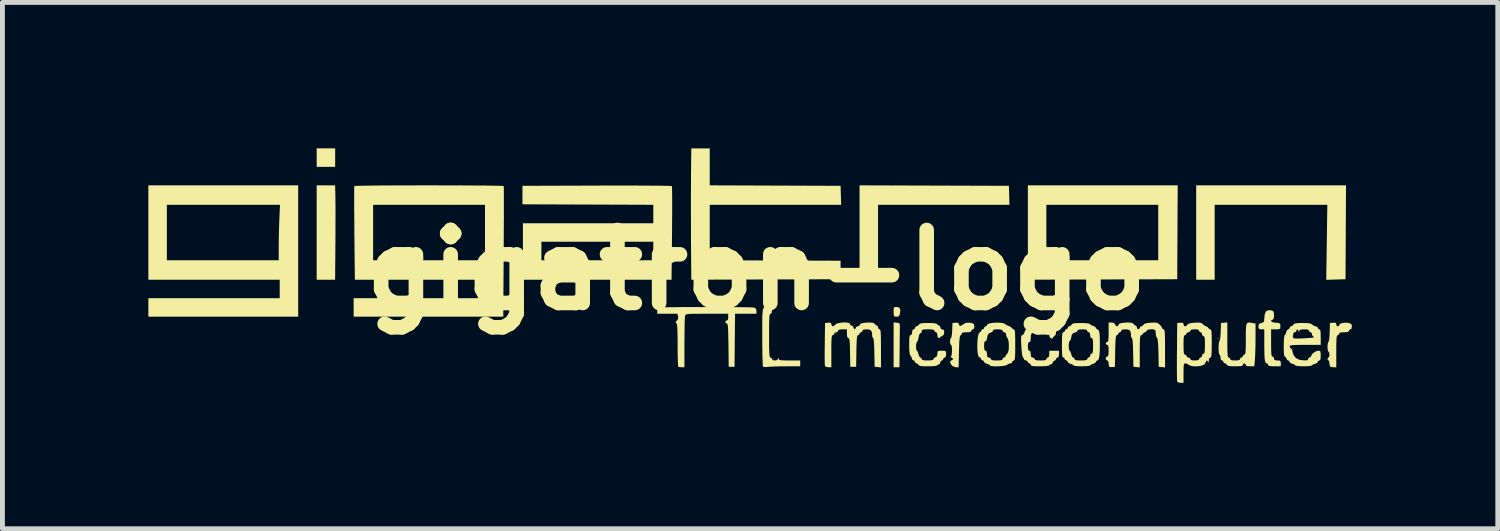
<source format=kicad_pcb>
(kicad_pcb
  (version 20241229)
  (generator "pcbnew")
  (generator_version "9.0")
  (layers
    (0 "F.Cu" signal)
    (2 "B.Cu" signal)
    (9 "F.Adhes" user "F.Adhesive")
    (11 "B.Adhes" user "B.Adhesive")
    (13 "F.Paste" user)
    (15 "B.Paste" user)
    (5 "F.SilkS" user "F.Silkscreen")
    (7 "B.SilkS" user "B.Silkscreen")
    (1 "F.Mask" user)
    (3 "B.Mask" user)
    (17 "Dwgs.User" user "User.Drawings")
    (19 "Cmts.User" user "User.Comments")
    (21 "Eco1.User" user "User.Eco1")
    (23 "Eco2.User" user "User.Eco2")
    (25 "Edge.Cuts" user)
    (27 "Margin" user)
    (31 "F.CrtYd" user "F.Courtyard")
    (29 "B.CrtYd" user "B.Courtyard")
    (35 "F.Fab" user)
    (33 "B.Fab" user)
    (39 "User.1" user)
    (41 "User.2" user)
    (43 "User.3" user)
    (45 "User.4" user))
  (footprint "gigatron-logo"
    (layer "F.Cu")
    (at 12.5 2.5)
    (property "Reference" "gigatron-logo" (at 0 0 0) (layer "F.SilkS") (effects (font (size 1.5 1.5) (thickness 0.3))))
    (attr board_only exclude_from_pos_files exclude_from_bom)
    (fp_poly (pts (xy 9.5 1.41) (xy 9.49 1.42) (xy 9.48 1.41) (xy 9.49 1.4)) (stroke (width 0) (type solid)) (fill yes) (layer "F.SilkS"))
    (fp_poly (pts (xy -8.66 -2.31) (xy -8.66 -2.12) (xy -8.85 -2.12) (xy -9.04 -2.12) (xy -9.04 -2.31) (xy -9.04 -2.5) (xy -8.85 -2.5) (xy -8.66 -2.5)) (stroke (width 0) (type solid)) (fill yes) (layer "F.SilkS"))
    (fp_poly (pts (xy 3.655 -1.735) (xy 5.19 -1.73) (xy 5.196 -1.535) (xy 5.201 -1.34) (xy 3.851 -1.34) (xy 2.5 -1.34) (xy 2.5 -0.57) (xy 2.5 0.2) (xy 2.31 0.2) (xy 2.12 0.2) (xy 2.12 -0.77) (xy 2.12 -1.74)) (stroke (width 0) (type solid)) (fill yes) (layer "F.SilkS"))
    (fp_poly (pts (xy 2.885 1.084) (xy 2.93 1.092) (xy 2.947 1.116) (xy 2.949 1.155) (xy 2.948 1.195) (xy 2.947 1.268) (xy 2.946 1.365) (xy 2.945 1.48) (xy 2.944 1.606) (xy 2.944 1.61) (xy 2.94 2) (xy 2.88 2) (xy 2.82 2) (xy 2.82 1.539) (xy 2.82 1.077)) (stroke (width 0) (type solid)) (fill yes) (layer "F.SilkS"))
    (fp_poly (pts (xy 2.931 0.77) (xy 2.955 0.802) (xy 2.956 0.862) (xy 2.951 0.89) (xy 2.938 0.938) (xy 2.914 0.957) (xy 2.879 0.96) (xy 2.844 0.958) (xy 2.827 0.944) (xy 2.821 0.909) (xy 2.82 0.86) (xy 2.821 0.801) (xy 2.829 0.771) (xy 2.85 0.761) (xy 2.881 0.76)) (stroke (width 0) (type solid)) (fill yes) (layer "F.SilkS"))
    (fp_poly (pts (xy -8.656 -1.545) (xy -8.655 -1.48) (xy -8.654 -1.381) (xy -8.653 -1.254) (xy -8.653 -1.104) (xy -8.654 -0.938) (xy -8.654 -0.762) (xy -8.655 -0.58) (xy -8.655 -0.575) (xy -8.661 0.2) (xy -8.85 0.2) (xy -9.04 0.2) (xy -9.04 -0.77) (xy -9.04 -1.74) (xy -8.851 -1.74) (xy -8.661 -1.74)) (stroke (width 0) (type solid)) (fill yes) (layer "F.SilkS"))
    (fp_poly (pts (xy 12.115 -0.775) (xy 12.11 0.19) (xy 11.912 0.196) (xy 11.714 0.202) (xy 11.725 -0.569) (xy 11.736 -1.34) (xy 10.578 -1.34) (xy 9.42 -1.34) (xy 9.42 -0.57) (xy 9.42 0.2) (xy 9.23 0.2) (xy 9.04 0.2) (xy 9.04 -0.77) (xy 9.04 -1.74) (xy 10.58 -1.74) (xy 12.12 -1.74)) (stroke (width 0) (type solid)) (fill yes) (layer "F.SilkS"))
    (fp_poly (pts (xy 8.655 -0.775) (xy 8.65 0.19) (xy 7.115 0.195) (xy 5.58 0.2) (xy 5.58 -0.77) (xy 5.58 -0.77) (xy 5.96 -0.77) (xy 5.96 -0.2) (xy 7.11 -0.2) (xy 8.26 -0.2) (xy 8.26 -0.77) (xy 8.26 -1.34) (xy 7.11 -1.34) (xy 5.96 -1.34) (xy 5.96 -0.77) (xy 5.58 -0.77) (xy 5.58 -1.74) (xy 7.12 -1.74) (xy 8.66 -1.74)) (stroke (width 0) (type solid)) (fill yes) (layer "F.SilkS"))
    (fp_poly (pts (xy -0.96 -2.12) (xy -0.96 -1.74) (xy 0.385 -1.735) (xy 1.73 -1.73) (xy 1.736 -1.535) (xy 1.741 -1.34) (xy 0.391 -1.34) (xy -0.96 -1.34) (xy -0.96 -0.77) (xy -0.96 -0.2) (xy 0.385 -0.195) (xy 1.73 -0.19) (xy 1.73 0) (xy 1.73 0.19) (xy 0.195 0.195) (xy -1.339 0.2) (xy -1.345 -0.585) (xy -1.346 -0.789) (xy -1.346 -1.008) (xy -1.347 -1.231) (xy -1.347 -1.449) (xy -1.346 -1.653) (xy -1.345 -1.832) (xy -1.345 -1.935) (xy -1.339 -2.5) (xy -1.15 -2.5) (xy -0.96 -2.5)) (stroke (width 0) (type solid)) (fill yes) (layer "F.SilkS"))
    (fp_poly (pts (xy -9.42 -0.39) (xy -9.42 0.96) (xy -10.96 0.96) (xy -12.5 0.96) (xy -12.5 0.77) (xy -12.5 0.58) (xy -11.15 0.58) (xy -9.8 0.58) (xy -9.8 0.39) (xy -9.8 0.2) (xy -11.15 0.2) (xy -12.5 0.2) (xy -12.5 -0.77) (xy -12.12 -0.77) (xy -12.12 -0.2) (xy -10.97 -0.2) (xy -9.82 -0.2) (xy -9.82 -0.485) (xy -9.819 -0.623) (xy -9.816 -0.78) (xy -9.811 -0.936) (xy -9.807 -1.055) (xy -9.794 -1.34) (xy -10.957 -1.34) (xy -12.12 -1.34) (xy -12.12 -0.77) (xy -12.5 -0.77) (xy -12.5 -1.74) (xy -10.96 -1.74) (xy -9.42 -1.74)) (stroke (width 0) (type solid)) (fill yes) (layer "F.SilkS"))
    (fp_poly (pts (xy -2.588 -1.736) (xy -2.388 -1.735) (xy -2.21 -1.734) (xy -2.055 -1.733) (xy -1.928 -1.732) (xy -1.831 -1.73) (xy -1.767 -1.728) (xy -1.739 -1.725) (xy -1.739 -1.725) (xy -1.736 -1.703) (xy -1.734 -1.644) (xy -1.733 -1.554) (xy -1.732 -1.435) (xy -1.732 -1.292) (xy -1.732 -1.129) (xy -1.734 -0.95) (xy -1.735 -0.758) (xy -1.735 -0.755) (xy -1.745 0.2) (xy -3.273 0.2) (xy -4.8 0.2) (xy -4.8 -0.38) (xy -4.8 -0.39) (xy -4.42 -0.39) (xy -4.42 -0.2) (xy -3.27 -0.2) (xy -2.12 -0.2) (xy -2.12 -0.39) (xy -2.12 -0.58) (xy -3.27 -0.58) (xy -4.42 -0.58) (xy -4.42 -0.39) (xy -4.8 -0.39) (xy -4.8 -0.96) (xy -3.46 -0.96) (xy -2.12 -0.96) (xy -2.12 -1.15) (xy -2.12 -1.34) (xy -3.465 -1.345) (xy -4.81 -1.35) (xy -4.81 -1.54) (xy -4.81 -1.73) (xy -3.281 -1.735) (xy -3.037 -1.736) (xy -2.805 -1.736)) (stroke (width 0) (type solid)) (fill yes) (layer "F.SilkS"))
    (fp_poly (pts (xy 4.435 1.093) (xy 4.47 1.114) (xy 4.48 1.16) (xy 4.48 1.162) (xy 4.471 1.208) (xy 4.45 1.22) (xy 4.423 1.236) (xy 4.42 1.25) (xy 4.409 1.269) (xy 4.372 1.278) (xy 4.32 1.28) (xy 4.256 1.284) (xy 4.225 1.295) (xy 4.22 1.308) (xy 4.205 1.339) (xy 4.195 1.345) (xy 4.185 1.361) (xy 4.177 1.403) (xy 4.17 1.475) (xy 4.166 1.581) (xy 4.164 1.677) (xy 4.157 2) (xy 4.103 2) (xy 4.049 1.985) (xy 4.014 1.96) (xy 3.986 1.914) (xy 3.983 1.877) (xy 4.005 1.86) (xy 4.01 1.86) (xy 4.035 1.847) (xy 4.038 1.822) (xy 4.018 1.801) (xy 4.005 1.798) (xy 3.986 1.793) (xy 3.995 1.787) (xy 4.008 1.764) (xy 4.017 1.717) (xy 4.02 1.658) (xy 4.019 1.6) (xy 4.012 1.556) (xy 4 1.54) (xy 3.987 1.522) (xy 3.98 1.479) (xy 3.98 1.47) (xy 3.985 1.424) (xy 3.997 1.401) (xy 3.999 1.4) (xy 4.009 1.382) (xy 4.017 1.333) (xy 4.023 1.263) (xy 4.024 1.245) (xy 4.03 1.09) (xy 4.095 1.084) (xy 4.143 1.085) (xy 4.16 1.103) (xy 4.16 1.108) (xy 4.172 1.144) (xy 4.203 1.149) (xy 4.242 1.123) (xy 4.242 1.122) (xy 4.301 1.087) (xy 4.383 1.083)) (stroke (width 0) (type solid)) (fill yes) (layer "F.SilkS"))
    (fp_poly (pts (xy 12.169 1.088) (xy 12.178 1.09) (xy 12.222 1.106) (xy 12.239 1.136) (xy 12.24 1.162) (xy 12.231 1.208) (xy 12.21 1.22) (xy 12.183 1.236) (xy 12.18 1.25) (xy 12.169 1.269) (xy 12.132 1.278) (xy 12.08 1.28) (xy 12.017 1.283) (xy 11.986 1.294) (xy 11.98 1.31) (xy 11.964 1.337) (xy 11.95 1.34) (xy 11.939 1.345) (xy 11.931 1.364) (xy 11.925 1.403) (xy 11.922 1.466) (xy 11.92 1.56) (xy 11.92 1.67) (xy 11.92 2) (xy 11.863 2) (xy 11.818 1.996) (xy 11.793 1.987) (xy 11.784 1.959) (xy 11.78 1.917) (xy 11.774 1.876) (xy 11.76 1.86) (xy 11.742 1.844) (xy 11.74 1.83) (xy 11.751 1.803) (xy 11.76 1.8) (xy 11.774 1.783) (xy 11.78 1.741) (xy 11.78 1.74) (xy 11.774 1.698) (xy 11.76 1.68) (xy 11.76 1.68) (xy 11.749 1.662) (xy 11.741 1.616) (xy 11.74 1.58) (xy 11.743 1.523) (xy 11.752 1.487) (xy 11.759 1.48) (xy 11.768 1.461) (xy 11.776 1.411) (xy 11.782 1.338) (xy 11.784 1.285) (xy 11.79 1.09) (xy 11.855 1.084) (xy 11.9 1.084) (xy 11.918 1.099) (xy 11.92 1.119) (xy 11.932 1.152) (xy 11.95 1.16) (xy 11.977 1.144) (xy 11.98 1.131) (xy 11.998 1.107) (xy 12.043 1.091) (xy 12.105 1.083)) (stroke (width 0) (type solid)) (fill yes) (layer "F.SilkS"))
    (fp_poly (pts (xy -6.447 -1.739) (xy -6.239 -1.739) (xy -6.039 -1.738) (xy -5.851 -1.737) (xy -5.68 -1.736) (xy -5.529 -1.735) (xy -5.401 -1.733) (xy -5.301 -1.731) (xy -5.232 -1.729) (xy -5.198 -1.726) (xy -5.195 -1.725) (xy -5.194 -1.703) (xy -5.193 -1.644) (xy -5.192 -1.552) (xy -5.192 -1.43) (xy -5.192 -1.281) (xy -5.192 -1.109) (xy -5.193 -0.917) (xy -5.194 -0.708) (xy -5.195 -0.486) (xy -5.196 -0.375) (xy -5.204 0.96) (xy -6.742 0.96) (xy -8.28 0.96) (xy -8.28 0.77) (xy -8.28 0.58) (xy -6.93 0.58) (xy -5.58 0.58) (xy -5.58 0.39) (xy -5.58 0.2) (xy -6.917 0.2) (xy -8.255 0.2) (xy -8.265 -0.755) (xy -8.265 -0.77) (xy -7.88 -0.77) (xy -7.88 -0.2) (xy -6.73 -0.2) (xy -5.58 -0.2) (xy -5.58 -0.77) (xy -5.58 -1.34) (xy -6.73 -1.34) (xy -7.88 -1.34) (xy -7.88 -0.77) (xy -8.265 -0.77) (xy -8.266 -0.947) (xy -8.268 -1.126) (xy -8.269 -1.29) (xy -8.269 -1.433) (xy -8.269 -1.552) (xy -8.269 -1.643) (xy -8.268 -1.702) (xy -8.266 -1.725) (xy -8.266 -1.725) (xy -8.245 -1.728) (xy -8.188 -1.73) (xy -8.098 -1.732) (xy -7.98 -1.734) (xy -7.837 -1.736) (xy -7.672 -1.737) (xy -7.49 -1.738) (xy -7.294 -1.739) (xy -7.088 -1.739) (xy -6.876 -1.74) (xy -6.661 -1.74)) (stroke (width 0) (type solid)) (fill yes) (layer "F.SilkS"))
    (fp_poly (pts (xy 0.209 0.761) (xy 0.244 0.767) (xy 0.25 0.769) (xy 0.298 0.782) (xy 0.317 0.806) (xy 0.32 0.841) (xy 0.311 0.888) (xy 0.29 0.9) (xy 0.28 0.905) (xy 0.273 0.922) (xy 0.267 0.956) (xy 0.264 1.012) (xy 0.261 1.094) (xy 0.26 1.207) (xy 0.26 1.35) (xy 0.26 1.497) (xy 0.261 1.609) (xy 0.264 1.69) (xy 0.267 1.746) (xy 0.273 1.779) (xy 0.28 1.796) (xy 0.29 1.8) (xy 0.317 1.816) (xy 0.32 1.83) (xy 0.336 1.853) (xy 0.372 1.861) (xy 0.413 1.855) (xy 0.442 1.834) (xy 0.446 1.825) (xy 0.454 1.8) (xy 0.457 1.815) (xy 0.458 1.825) (xy 0.463 1.84) (xy 0.48 1.851) (xy 0.516 1.856) (xy 0.579 1.859) (xy 0.674 1.86) (xy 0.68 1.86) (xy 0.9 1.86) (xy 0.9 1.92) (xy 0.9 1.98) (xy 0.613 1.98) (xy 0.501 1.981) (xy 0.396 1.983) (xy 0.308 1.987) (xy 0.248 1.991) (xy 0.238 1.992) (xy 0.181 1.996) (xy 0.142 1.992) (xy 0.135 1.989) (xy 0.131 1.965) (xy 0.128 1.907) (xy 0.125 1.819) (xy 0.122 1.707) (xy 0.121 1.574) (xy 0.12 1.427) (xy 0.12 1.376) (xy 0.12 1.2) (xy 0.12 1.061) (xy 0.122 0.953) (xy 0.126 0.874) (xy 0.133 0.819) (xy 0.144 0.784) (xy 0.16 0.765) (xy 0.181 0.759)) (stroke (width 0) (type solid)) (fill yes) (layer "F.SilkS"))
    (fp_poly (pts (xy 10.587 0.831) (xy 10.594 0.833) (xy 10.623 0.846) (xy 10.637 0.875) (xy 10.64 0.932) (xy 10.64 0.932) (xy 10.636 0.991) (xy 10.622 1.017) (xy 10.61 1.02) (xy 10.583 1.035) (xy 10.58 1.049) (xy 10.595 1.069) (xy 10.644 1.081) (xy 10.675 1.084) (xy 10.732 1.089) (xy 10.76 1.101) (xy 10.77 1.126) (xy 10.771 1.155) (xy 10.769 1.194) (xy 10.756 1.213) (xy 10.722 1.219) (xy 10.676 1.22) (xy 10.58 1.22) (xy 10.58 1.5) (xy 10.581 1.613) (xy 10.583 1.692) (xy 10.587 1.742) (xy 10.595 1.769) (xy 10.605 1.779) (xy 10.61 1.78) (xy 10.634 1.797) (xy 10.64 1.82) (xy 10.648 1.848) (xy 10.678 1.859) (xy 10.71 1.86) (xy 10.757 1.863) (xy 10.776 1.88) (xy 10.78 1.92) (xy 10.78 1.98) (xy 10.65 1.98) (xy 10.577 1.978) (xy 10.537 1.971) (xy 10.521 1.957) (xy 10.52 1.95) (xy 10.505 1.923) (xy 10.492 1.92) (xy 10.474 1.914) (xy 10.461 1.893) (xy 10.451 1.853) (xy 10.445 1.788) (xy 10.442 1.694) (xy 10.44 1.566) (xy 10.44 1.525) (xy 10.44 1.22) (xy 10.38 1.22) (xy 10.337 1.215) (xy 10.322 1.192) (xy 10.32 1.162) (xy 10.327 1.118) (xy 10.356 1.096) (xy 10.38 1.09) (xy 10.42 1.076) (xy 10.437 1.05) (xy 10.44 1.003) (xy 10.449 0.911) (xy 10.474 0.853) (xy 10.52 0.827)) (stroke (width 0) (type solid)) (fill yes) (layer "F.SilkS"))
    (fp_poly (pts (xy -0.872 0.762) (xy -0.703 0.762) (xy -0.543 0.763) (xy -0.397 0.764) (xy -0.27 0.766) (xy -0.166 0.767) (xy -0.092 0.77) (xy -0.051 0.772) (xy -0.046 0.773) (xy -0.011 0.793) (xy -0.000043 0.838) (xy 0 0.842) (xy 0 0.9) (xy -0.22 0.9) (xy -0.439 0.9) (xy -0.445 1.445) (xy -0.45 1.99) (xy -0.51 1.99) (xy -0.57 1.99) (xy -0.575 1.545) (xy -0.578 1.398) (xy -0.58 1.287) (xy -0.583 1.206) (xy -0.588 1.152) (xy -0.594 1.119) (xy -0.602 1.103) (xy -0.61 1.1) (xy -0.637 1.084) (xy -0.64 1.07) (xy -0.624 1.043) (xy -0.61 1.04) (xy -0.588 1.025) (xy -0.58 0.976) (xy -0.58 0.97) (xy -0.58 0.9) (xy -1.018 0.9) (xy -1.161 0.9) (xy -1.269 0.901) (xy -1.347 0.902) (xy -1.4 0.905) (xy -1.434 0.911) (xy -1.453 0.918) (xy -1.462 0.929) (xy -1.467 0.944) (xy -1.467 0.945) (xy -1.471 0.977) (xy -1.474 1.043) (xy -1.476 1.137) (xy -1.478 1.253) (xy -1.479 1.385) (xy -1.48 1.495) (xy -1.48 2) (xy -1.537 2) (xy -1.582 1.996) (xy -1.607 1.987) (xy -1.611 1.964) (xy -1.614 1.906) (xy -1.617 1.821) (xy -1.619 1.714) (xy -1.62 1.591) (xy -1.62 1.537) (xy -1.621 1.381) (xy -1.624 1.258) (xy -1.628 1.169) (xy -1.634 1.115) (xy -1.64 1.1) (xy -1.659 1.087) (xy -1.653 1.059) (xy -1.629 1.031) (xy -1.607 0.997) (xy -1.611 0.954) (xy -1.624 0.9) (xy -1.832 0.9) (xy -2.04 0.9) (xy -2.04 0.842) (xy -2.031 0.796) (xy -1.998 0.774) (xy -1.994 0.773) (xy -1.964 0.77) (xy -1.899 0.768) (xy -1.804 0.766) (xy -1.683 0.765) (xy -1.542 0.763) (xy -1.386 0.762) (xy -1.218 0.762) (xy -1.046 0.762)) (stroke (width 0) (type solid)) (fill yes) (layer "F.SilkS"))
    (fp_poly (pts (xy 9.68 1.439) (xy 9.68 1.569) (xy 9.682 1.665) (xy 9.685 1.73) (xy 9.69 1.771) (xy 9.698 1.793) (xy 9.708 1.8) (xy 9.71 1.8) (xy 9.737 1.816) (xy 9.74 1.83) (xy 9.751 1.849) (xy 9.788 1.858) (xy 9.84 1.86) (xy 9.903 1.857) (xy 9.934 1.846) (xy 9.94 1.83) (xy 9.956 1.803) (xy 9.97 1.8) (xy 9.997 1.784) (xy 10 1.77) (xy 10.016 1.743) (xy 10.03 1.74) (xy 10.041 1.735) (xy 10.05 1.715) (xy 10.055 1.676) (xy 10.058 1.612) (xy 10.06 1.518) (xy 10.06 1.419) (xy 10.06 1.293) (xy 10.063 1.201) (xy 10.069 1.139) (xy 10.081 1.101) (xy 10.102 1.083) (xy 10.132 1.08) (xy 10.175 1.086) (xy 10.19 1.089) (xy 10.26 1.102) (xy 10.26 1.406) (xy 10.259 1.526) (xy 10.256 1.643) (xy 10.253 1.748) (xy 10.248 1.828) (xy 10.247 1.845) (xy 10.234 1.98) (xy 10.147 1.98) (xy 10.089 1.976) (xy 10.063 1.962) (xy 10.06 1.95) (xy 10.044 1.923) (xy 10.03 1.92) (xy 10.003 1.936) (xy 10 1.95) (xy 9.992 1.965) (xy 9.965 1.975) (xy 9.91 1.979) (xy 9.842 1.98) (xy 9.758 1.978) (xy 9.706 1.972) (xy 9.679 1.959) (xy 9.673 1.95) (xy 9.646 1.923) (xy 9.631 1.92) (xy 9.604 1.904) (xy 9.6 1.89) (xy 9.584 1.863) (xy 9.57 1.86) (xy 9.546 1.842) (xy 9.54 1.8) (xy 9.534 1.758) (xy 9.52 1.74) (xy 9.52 1.74) (xy 9.51 1.722) (xy 9.503 1.672) (xy 9.5 1.6) (xy 9.5 1.6) (xy 9.503 1.531) (xy 9.509 1.481) (xy 9.518 1.46) (xy 9.519 1.46) (xy 9.528 1.441) (xy 9.536 1.392) (xy 9.542 1.32) (xy 9.544 1.275) (xy 9.55 1.09) (xy 9.615 1.084) (xy 9.68 1.077)) (stroke (width 0) (type solid)) (fill yes) (layer "F.SilkS"))
    (fp_poly (pts (xy 1.882 1.084) (xy 1.915 1.098) (xy 1.92 1.108) (xy 1.936 1.136) (xy 1.952 1.14) (xy 1.982 1.157) (xy 1.994 1.18) (xy 2.011 1.213) (xy 2.03 1.218) (xy 2.04 1.191) (xy 2.04 1.19) (xy 2.057 1.166) (xy 2.08 1.16) (xy 2.112 1.148) (xy 2.12 1.132) (xy 2.137 1.106) (xy 2.19 1.089) (xy 2.279 1.081) (xy 2.316 1.08) (xy 2.386 1.084) (xy 2.424 1.098) (xy 2.433 1.11) (xy 2.458 1.137) (xy 2.472 1.14) (xy 2.495 1.157) (xy 2.5 1.18) (xy 2.513 1.213) (xy 2.53 1.22) (xy 2.54 1.225) (xy 2.548 1.243) (xy 2.554 1.279) (xy 2.557 1.338) (xy 2.559 1.425) (xy 2.56 1.545) (xy 2.56 1.611) (xy 2.56 2.003) (xy 2.495 1.996) (xy 2.43 1.99) (xy 2.424 1.695) (xy 2.421 1.582) (xy 2.416 1.492) (xy 2.409 1.43) (xy 2.402 1.401) (xy 2.399 1.4) (xy 2.384 1.383) (xy 2.38 1.355) (xy 2.374 1.282) (xy 2.354 1.241) (xy 2.313 1.223) (xy 2.268 1.22) (xy 2.209 1.224) (xy 2.183 1.238) (xy 2.18 1.25) (xy 2.164 1.277) (xy 2.15 1.28) (xy 2.123 1.296) (xy 2.12 1.31) (xy 2.104 1.337) (xy 2.09 1.34) (xy 2.079 1.346) (xy 2.071 1.367) (xy 2.065 1.409) (xy 2.06 1.476) (xy 2.057 1.575) (xy 2.055 1.665) (xy 2.05 1.99) (xy 1.99 1.99) (xy 1.93 1.99) (xy 1.924 1.695) (xy 1.922 1.578) (xy 1.918 1.496) (xy 1.913 1.442) (xy 1.905 1.412) (xy 1.894 1.401) (xy 1.889 1.4) (xy 1.87 1.388) (xy 1.861 1.346) (xy 1.86 1.31) (xy 1.86 1.22) (xy 1.77 1.22) (xy 1.711 1.224) (xy 1.684 1.237) (xy 1.68 1.25) (xy 1.663 1.274) (xy 1.64 1.28) (xy 1.607 1.293) (xy 1.6 1.31) (xy 1.584 1.337) (xy 1.57 1.34) (xy 1.559 1.345) (xy 1.551 1.364) (xy 1.545 1.403) (xy 1.542 1.466) (xy 1.54 1.56) (xy 1.54 1.67) (xy 1.54 2) (xy 1.479 2) (xy 1.434 1.992) (xy 1.409 1.975) (xy 1.406 1.948) (xy 1.404 1.887) (xy 1.403 1.799) (xy 1.403 1.69) (xy 1.404 1.565) (xy 1.405 1.52) (xy 1.41 1.09) (xy 1.475 1.084) (xy 1.52 1.084) (xy 1.538 1.099) (xy 1.54 1.119) (xy 1.553 1.152) (xy 1.581 1.158) (xy 1.612 1.134) (xy 1.617 1.126) (xy 1.646 1.105) (xy 1.698 1.09) (xy 1.762 1.081) (xy 1.827 1.079)) (stroke (width 0) (type solid)) (fill yes) (layer "F.SilkS"))
    (fp_poly (pts (xy 5.018 1.085) (xy 5.078 1.095) (xy 5.114 1.112) (xy 5.118 1.116) (xy 5.145 1.136) (xy 5.184 1.15) (xy 5.227 1.17) (xy 5.248 1.192) (xy 5.275 1.217) (xy 5.289 1.22) (xy 5.301 1.225) (xy 5.309 1.243) (xy 5.315 1.281) (xy 5.318 1.343) (xy 5.32 1.435) (xy 5.32 1.54) (xy 5.32 1.662) (xy 5.318 1.749) (xy 5.314 1.807) (xy 5.308 1.841) (xy 5.299 1.857) (xy 5.29 1.86) (xy 5.263 1.876) (xy 5.26 1.89) (xy 5.243 1.915) (xy 5.221 1.92) (xy 5.176 1.934) (xy 5.153 1.95) (xy 5.122 1.963) (xy 5.067 1.973) (xy 4.998 1.979) (xy 4.926 1.981) (xy 4.862 1.979) (xy 4.816 1.973) (xy 4.8 1.962) (xy 4.783 1.945) (xy 4.741 1.93) (xy 4.74 1.93) (xy 4.698 1.913) (xy 4.68 1.889) (xy 4.68 1.888) (xy 4.664 1.863) (xy 4.65 1.86) (xy 4.623 1.844) (xy 4.62 1.83) (xy 4.605 1.803) (xy 4.593 1.8) (xy 4.568 1.781) (xy 4.551 1.726) (xy 4.542 1.638) (xy 4.54 1.57) (xy 4.54 1.56) (xy 4.68 1.56) (xy 4.683 1.623) (xy 4.694 1.654) (xy 4.71 1.66) (xy 4.732 1.675) (xy 4.74 1.724) (xy 4.74 1.73) (xy 4.744 1.778) (xy 4.762 1.798) (xy 4.78 1.8) (xy 4.813 1.813) (xy 4.82 1.83) (xy 4.829 1.847) (xy 4.862 1.857) (xy 4.926 1.86) (xy 4.94 1.86) (xy 5.01 1.858) (xy 5.047 1.85) (xy 5.06 1.834) (xy 5.06 1.83) (xy 5.076 1.803) (xy 5.09 1.8) (xy 5.117 1.784) (xy 5.12 1.771) (xy 5.136 1.738) (xy 5.153 1.724) (xy 5.173 1.693) (xy 5.186 1.635) (xy 5.19 1.563) (xy 5.186 1.49) (xy 5.174 1.429) (xy 5.156 1.393) (xy 5.134 1.355) (xy 5.133 1.328) (xy 5.128 1.299) (xy 5.103 1.286) (xy 5.069 1.267) (xy 5.06 1.248) (xy 5.046 1.23) (xy 5.002 1.221) (xy 4.96 1.22) (xy 4.897 1.223) (xy 4.866 1.234) (xy 4.86 1.25) (xy 4.845 1.277) (xy 4.831 1.28) (xy 4.786 1.298) (xy 4.753 1.343) (xy 4.74 1.401) (xy 4.731 1.448) (xy 4.71 1.46) (xy 4.691 1.471) (xy 4.682 1.508) (xy 4.68 1.56) (xy 4.54 1.56) (xy 4.543 1.461) (xy 4.553 1.373) (xy 4.568 1.311) (xy 4.587 1.282) (xy 4.593 1.28) (xy 4.617 1.264) (xy 4.62 1.25) (xy 4.636 1.223) (xy 4.65 1.22) (xy 4.677 1.204) (xy 4.68 1.19) (xy 4.696 1.163) (xy 4.71 1.16) (xy 4.737 1.145) (xy 4.74 1.131) (xy 4.758 1.111) (xy 4.805 1.095) (xy 4.872 1.086) (xy 4.946 1.082)) (stroke (width 0) (type solid)) (fill yes) (layer "F.SilkS"))
    (fp_poly (pts (xy 5.918 1.084) (xy 5.978 1.094) (xy 6.014 1.11) (xy 6.017 1.114) (xy 6.046 1.137) (xy 6.065 1.146) (xy 6.095 1.171) (xy 6.1 1.189) (xy 6.116 1.216) (xy 6.13 1.22) (xy 6.154 1.238) (xy 6.16 1.281) (xy 6.151 1.33) (xy 6.13 1.353) (xy 6.103 1.377) (xy 6.1 1.39) (xy 6.085 1.408) (xy 6.06 1.406) (xy 6.028 1.382) (xy 6.02 1.338) (xy 6.011 1.292) (xy 5.99 1.28) (xy 5.963 1.264) (xy 5.96 1.25) (xy 5.951 1.232) (xy 5.918 1.223) (xy 5.853 1.22) (xy 5.842 1.22) (xy 5.775 1.222) (xy 5.737 1.23) (xy 5.719 1.247) (xy 5.714 1.26) (xy 5.692 1.293) (xy 5.672 1.3) (xy 5.651 1.31) (xy 5.642 1.346) (xy 5.64 1.39) (xy 5.636 1.449) (xy 5.623 1.476) (xy 5.61 1.48) (xy 5.59 1.492) (xy 5.581 1.532) (xy 5.58 1.57) (xy 5.584 1.629) (xy 5.597 1.656) (xy 5.61 1.66) (xy 5.632 1.675) (xy 5.64 1.724) (xy 5.64 1.73) (xy 5.644 1.778) (xy 5.662 1.798) (xy 5.68 1.8) (xy 5.713 1.813) (xy 5.72 1.83) (xy 5.729 1.847) (xy 5.762 1.857) (xy 5.826 1.86) (xy 5.84 1.86) (xy 5.91 1.858) (xy 5.947 1.85) (xy 5.96 1.834) (xy 5.96 1.83) (xy 5.976 1.803) (xy 5.99 1.8) (xy 6.012 1.785) (xy 6.02 1.736) (xy 6.02 1.73) (xy 6.02 1.66) (xy 6.12 1.66) (xy 6.22 1.66) (xy 6.22 1.73) (xy 6.213 1.782) (xy 6.193 1.8) (xy 6.19 1.8) (xy 6.163 1.816) (xy 6.16 1.83) (xy 6.145 1.857) (xy 6.132 1.86) (xy 6.105 1.877) (xy 6.094 1.9) (xy 6.072 1.933) (xy 6.052 1.94) (xy 6.024 1.95) (xy 6.02 1.96) (xy 6.001 1.969) (xy 5.948 1.976) (xy 5.868 1.98) (xy 5.83 1.98) (xy 5.739 1.979) (xy 5.682 1.975) (xy 5.651 1.967) (xy 5.64 1.954) (xy 5.64 1.95) (xy 5.624 1.923) (xy 5.61 1.92) (xy 5.583 1.904) (xy 5.58 1.89) (xy 5.563 1.866) (xy 5.54 1.86) (xy 5.508 1.848) (xy 5.5 1.832) (xy 5.487 1.802) (xy 5.479 1.796) (xy 5.469 1.774) (xy 5.459 1.719) (xy 5.451 1.638) (xy 5.446 1.565) (xy 5.441 1.466) (xy 5.44 1.401) (xy 5.444 1.363) (xy 5.452 1.345) (xy 5.465 1.34) (xy 5.465 1.34) (xy 5.493 1.322) (xy 5.51 1.28) (xy 5.527 1.238) (xy 5.551 1.22) (xy 5.552 1.22) (xy 5.577 1.204) (xy 5.58 1.19) (xy 5.596 1.163) (xy 5.61 1.16) (xy 5.637 1.145) (xy 5.64 1.131) (xy 5.658 1.111) (xy 5.706 1.096) (xy 5.772 1.086) (xy 5.846 1.082)) (stroke (width 0) (type solid)) (fill yes) (layer "F.SilkS"))
    (fp_poly (pts (xy 9.131 1.085) (xy 9.161 1.099) (xy 9.182 1.118) (xy 9.22 1.149) (xy 9.249 1.16) (xy 9.279 1.176) (xy 9.287 1.19) (xy 9.314 1.217) (xy 9.329 1.22) (xy 9.342 1.225) (xy 9.35 1.244) (xy 9.356 1.284) (xy 9.359 1.348) (xy 9.36 1.444) (xy 9.36 1.51) (xy 9.359 1.625) (xy 9.357 1.706) (xy 9.353 1.758) (xy 9.346 1.787) (xy 9.336 1.799) (xy 9.33 1.8) (xy 9.306 1.818) (xy 9.298 1.865) (xy 9.294 1.899) (xy 9.288 1.9) (xy 9.286 1.895) (xy 9.269 1.866) (xy 9.249 1.862) (xy 9.24 1.886) (xy 9.226 1.917) (xy 9.2 1.946) (xy 9.153 1.967) (xy 9.085 1.979) (xy 9.009 1.981) (xy 8.94 1.973) (xy 8.892 1.954) (xy 8.887 1.95) (xy 8.845 1.925) (xy 8.819 1.92) (xy 8.801 1.923) (xy 8.79 1.937) (xy 8.783 1.969) (xy 8.781 2.027) (xy 8.78 2.117) (xy 8.78 2.12) (xy 8.78 2.32) (xy 8.719 2.32) (xy 8.674 2.313) (xy 8.649 2.295) (xy 8.647 2.269) (xy 8.645 2.208) (xy 8.644 2.118) (xy 8.643 2.004) (xy 8.643 1.87) (xy 8.644 1.723) (xy 8.645 1.68) (xy 8.646 1.54) (xy 8.78 1.54) (xy 8.781 1.633) (xy 8.785 1.693) (xy 8.792 1.726) (xy 8.804 1.739) (xy 8.81 1.74) (xy 8.837 1.756) (xy 8.84 1.77) (xy 8.857 1.794) (xy 8.88 1.8) (xy 8.913 1.813) (xy 8.92 1.83) (xy 8.932 1.85) (xy 8.972 1.859) (xy 9.01 1.86) (xy 9.069 1.856) (xy 9.096 1.843) (xy 9.1 1.83) (xy 9.116 1.803) (xy 9.13 1.8) (xy 9.154 1.783) (xy 9.16 1.76) (xy 9.173 1.727) (xy 9.19 1.72) (xy 9.205 1.713) (xy 9.214 1.687) (xy 9.218 1.636) (xy 9.22 1.553) (xy 9.22 1.54) (xy 9.219 1.452) (xy 9.215 1.397) (xy 9.206 1.369) (xy 9.192 1.36) (xy 9.19 1.36) (xy 9.166 1.343) (xy 9.16 1.32) (xy 9.147 1.287) (xy 9.13 1.28) (xy 9.103 1.264) (xy 9.1 1.25) (xy 9.088 1.23) (xy 9.048 1.221) (xy 9.01 1.22) (xy 8.951 1.224) (xy 8.924 1.237) (xy 8.92 1.25) (xy 8.903 1.274) (xy 8.88 1.28) (xy 8.847 1.293) (xy 8.84 1.31) (xy 8.824 1.337) (xy 8.81 1.34) (xy 8.796 1.347) (xy 8.787 1.371) (xy 8.782 1.419) (xy 8.78 1.498) (xy 8.78 1.54) (xy 8.646 1.54) (xy 8.65 1.09) (xy 8.715 1.084) (xy 8.76 1.084) (xy 8.778 1.099) (xy 8.78 1.119) (xy 8.793 1.152) (xy 8.821 1.158) (xy 8.852 1.134) (xy 8.857 1.126) (xy 8.881 1.105) (xy 8.931 1.092) (xy 9.009 1.084) (xy 9.084 1.081)) (stroke (width 0) (type solid)) (fill yes) (layer "F.SilkS"))
    (fp_poly (pts (xy 3.628 1.092) (xy 3.687 1.1) (xy 3.714 1.112) (xy 3.715 1.115) (xy 3.74 1.138) (xy 3.752 1.14) (xy 3.775 1.157) (xy 3.78 1.18) (xy 3.794 1.213) (xy 3.82 1.22) (xy 3.849 1.229) (xy 3.859 1.263) (xy 3.86 1.282) (xy 3.851 1.331) (xy 3.822 1.354) (xy 3.82 1.354) (xy 3.788 1.37) (xy 3.78 1.382) (xy 3.764 1.398) (xy 3.75 1.4) (xy 3.726 1.382) (xy 3.72 1.34) (xy 3.711 1.292) (xy 3.69 1.28) (xy 3.663 1.264) (xy 3.66 1.25) (xy 3.651 1.233) (xy 3.62 1.224) (xy 3.56 1.22) (xy 3.53 1.22) (xy 3.46 1.221) (xy 3.42 1.227) (xy 3.403 1.239) (xy 3.4 1.26) (xy 3.389 1.292) (xy 3.373 1.3) (xy 3.351 1.319) (xy 3.336 1.371) (xy 3.334 1.385) (xy 3.322 1.438) (xy 3.307 1.472) (xy 3.301 1.476) (xy 3.289 1.498) (xy 3.282 1.542) (xy 3.281 1.593) (xy 3.286 1.637) (xy 3.297 1.66) (xy 3.299 1.66) (xy 3.315 1.677) (xy 3.329 1.721) (xy 3.331 1.73) (xy 3.347 1.778) (xy 3.37 1.8) (xy 3.372 1.8) (xy 3.397 1.816) (xy 3.4 1.83) (xy 3.409 1.847) (xy 3.442 1.857) (xy 3.506 1.86) (xy 3.52 1.86) (xy 3.591 1.857) (xy 3.629 1.848) (xy 3.64 1.832) (xy 3.657 1.805) (xy 3.68 1.794) (xy 3.711 1.773) (xy 3.72 1.724) (xy 3.72 1.722) (xy 3.722 1.684) (xy 3.737 1.666) (xy 3.775 1.66) (xy 3.81 1.66) (xy 3.865 1.661) (xy 3.891 1.672) (xy 3.899 1.699) (xy 3.9 1.73) (xy 3.893 1.782) (xy 3.873 1.8) (xy 3.87 1.8) (xy 3.843 1.816) (xy 3.84 1.83) (xy 3.824 1.857) (xy 3.81 1.86) (xy 3.786 1.877) (xy 3.78 1.9) (xy 3.767 1.933) (xy 3.75 1.94) (xy 3.723 1.951) (xy 3.72 1.96) (xy 3.701 1.969) (xy 3.648 1.976) (xy 3.568 1.98) (xy 3.532 1.98) (xy 3.44 1.979) (xy 3.38 1.974) (xy 3.347 1.965) (xy 3.333 1.95) (xy 3.333 1.95) (xy 3.306 1.923) (xy 3.291 1.92) (xy 3.264 1.904) (xy 3.26 1.89) (xy 3.244 1.863) (xy 3.23 1.86) (xy 3.204 1.844) (xy 3.2 1.829) (xy 3.187 1.789) (xy 3.17 1.767) (xy 3.155 1.741) (xy 3.146 1.693) (xy 3.141 1.618) (xy 3.14 1.539) (xy 3.141 1.446) (xy 3.145 1.386) (xy 3.152 1.353) (xy 3.164 1.341) (xy 3.17 1.34) (xy 3.194 1.322) (xy 3.2 1.28) (xy 3.209 1.232) (xy 3.23 1.22) (xy 3.257 1.204) (xy 3.26 1.19) (xy 3.276 1.163) (xy 3.289 1.16) (xy 3.322 1.144) (xy 3.338 1.125) (xy 3.354 1.108) (xy 3.384 1.097) (xy 3.436 1.092) (xy 3.519 1.09) (xy 3.532 1.09)) (stroke (width 0) (type solid)) (fill yes) (layer "F.SilkS"))
    (fp_poly (pts (xy 6.765 1.093) (xy 6.829 1.101) (xy 6.856 1.113) (xy 6.885 1.135) (xy 6.925 1.151) (xy 6.965 1.169) (xy 6.98 1.192) (xy 6.996 1.217) (xy 7.008 1.22) (xy 7.028 1.228) (xy 7.043 1.257) (xy 7.053 1.31) (xy 7.058 1.392) (xy 7.06 1.51) (xy 7.06 1.522) (xy 7.058 1.656) (xy 7.052 1.753) (xy 7.041 1.817) (xy 7.025 1.851) (xy 7.008 1.86) (xy 6.983 1.876) (xy 6.98 1.888) (xy 6.963 1.912) (xy 6.921 1.93) (xy 6.92 1.93) (xy 6.878 1.945) (xy 6.86 1.961) (xy 6.86 1.962) (xy 6.842 1.97) (xy 6.792 1.976) (xy 6.721 1.98) (xy 6.69 1.98) (xy 6.613 1.978) (xy 6.554 1.973) (xy 6.523 1.965) (xy 6.52 1.962) (xy 6.503 1.945) (xy 6.461 1.93) (xy 6.46 1.93) (xy 6.418 1.913) (xy 6.4 1.889) (xy 6.4 1.888) (xy 6.384 1.863) (xy 6.37 1.86) (xy 6.343 1.844) (xy 6.34 1.83) (xy 6.324 1.803) (xy 6.31 1.8) (xy 6.298 1.794) (xy 6.289 1.773) (xy 6.284 1.73) (xy 6.281 1.66) (xy 6.28 1.56) (xy 6.42 1.56) (xy 6.423 1.617) (xy 6.432 1.653) (xy 6.439 1.66) (xy 6.455 1.677) (xy 6.469 1.721) (xy 6.471 1.73) (xy 6.487 1.778) (xy 6.51 1.8) (xy 6.512 1.8) (xy 6.537 1.816) (xy 6.54 1.83) (xy 6.549 1.847) (xy 6.58 1.856) (xy 6.64 1.86) (xy 6.67 1.86) (xy 6.743 1.858) (xy 6.783 1.851) (xy 6.799 1.837) (xy 6.8 1.83) (xy 6.816 1.803) (xy 6.83 1.8) (xy 6.854 1.783) (xy 6.86 1.76) (xy 6.873 1.727) (xy 6.89 1.72) (xy 6.905 1.712) (xy 6.915 1.685) (xy 6.919 1.631) (xy 6.92 1.56) (xy 6.919 1.478) (xy 6.913 1.429) (xy 6.903 1.405) (xy 6.89 1.4) (xy 6.866 1.382) (xy 6.86 1.34) (xy 6.851 1.292) (xy 6.83 1.28) (xy 6.803 1.264) (xy 6.8 1.25) (xy 6.789 1.231) (xy 6.752 1.222) (xy 6.7 1.22) (xy 6.636 1.224) (xy 6.605 1.235) (xy 6.6 1.248) (xy 6.583 1.272) (xy 6.542 1.289) (xy 6.503 1.305) (xy 6.482 1.336) (xy 6.472 1.381) (xy 6.46 1.431) (xy 6.444 1.458) (xy 6.44 1.46) (xy 6.428 1.478) (xy 6.421 1.524) (xy 6.42 1.56) (xy 6.28 1.56) (xy 6.28 1.557) (xy 6.28 1.54) (xy 6.281 1.432) (xy 6.283 1.357) (xy 6.288 1.311) (xy 6.296 1.288) (xy 6.308 1.28) (xy 6.31 1.28) (xy 6.337 1.264) (xy 6.34 1.25) (xy 6.356 1.223) (xy 6.37 1.22) (xy 6.397 1.204) (xy 6.4 1.19) (xy 6.415 1.163) (xy 6.429 1.16) (xy 6.462 1.144) (xy 6.478 1.125) (xy 6.494 1.108) (xy 6.524 1.097) (xy 6.577 1.092) (xy 6.661 1.09) (xy 6.669 1.09)) (stroke (width 0) (type solid)) (fill yes) (layer "F.SilkS"))
    (fp_poly (pts (xy 7.351 1.089) (xy 7.374 1.118) (xy 7.374 1.12) (xy 7.393 1.15) (xy 7.42 1.159) (xy 7.438 1.144) (xy 7.44 1.132) (xy 7.457 1.106) (xy 7.51 1.089) (xy 7.599 1.081) (xy 7.636 1.08) (xy 7.706 1.084) (xy 7.744 1.098) (xy 7.753 1.11) (xy 7.778 1.137) (xy 7.792 1.14) (xy 7.815 1.157) (xy 7.82 1.18) (xy 7.833 1.213) (xy 7.85 1.22) (xy 7.877 1.204) (xy 7.88 1.19) (xy 7.896 1.163) (xy 7.909 1.16) (xy 7.942 1.144) (xy 7.957 1.126) (xy 7.981 1.105) (xy 8.031 1.091) (xy 8.108 1.084) (xy 8.182 1.081) (xy 8.229 1.085) (xy 8.262 1.1) (xy 8.289 1.123) (xy 8.324 1.162) (xy 8.339 1.193) (xy 8.34 1.195) (xy 8.356 1.217) (xy 8.37 1.22) (xy 8.38 1.225) (xy 8.388 1.243) (xy 8.394 1.279) (xy 8.397 1.338) (xy 8.399 1.425) (xy 8.4 1.545) (xy 8.4 1.611) (xy 8.4 2.003) (xy 8.335 1.996) (xy 8.27 1.99) (xy 8.264 1.701) (xy 8.26 1.572) (xy 8.254 1.477) (xy 8.245 1.418) (xy 8.236 1.398) (xy 8.219 1.369) (xy 8.21 1.327) (xy 8.206 1.276) (xy 8.203 1.245) (xy 8.184 1.228) (xy 8.141 1.219) (xy 8.09 1.22) (xy 8.045 1.229) (xy 8.021 1.245) (xy 8.02 1.25) (xy 8.004 1.276) (xy 7.989 1.28) (xy 7.956 1.296) (xy 7.947 1.31) (xy 7.922 1.337) (xy 7.908 1.34) (xy 7.897 1.347) (xy 7.89 1.37) (xy 7.885 1.416) (xy 7.882 1.488) (xy 7.88 1.592) (xy 7.88 1.671) (xy 7.88 2.003) (xy 7.815 1.996) (xy 7.75 1.99) (xy 7.744 1.695) (xy 7.741 1.582) (xy 7.736 1.492) (xy 7.729 1.43) (xy 7.722 1.401) (xy 7.719 1.4) (xy 7.704 1.383) (xy 7.7 1.355) (xy 7.694 1.282) (xy 7.674 1.241) (xy 7.633 1.223) (xy 7.588 1.22) (xy 7.529 1.224) (xy 7.503 1.238) (xy 7.5 1.25) (xy 7.484 1.277) (xy 7.47 1.28) (xy 7.443 1.296) (xy 7.44 1.31) (xy 7.424 1.337) (xy 7.41 1.34) (xy 7.399 1.346) (xy 7.391 1.367) (xy 7.385 1.409) (xy 7.38 1.476) (xy 7.377 1.575) (xy 7.375 1.665) (xy 7.37 1.99) (xy 7.319 1.996) (xy 7.276 1.995) (xy 7.254 1.988) (xy 7.244 1.959) (xy 7.24 1.917) (xy 7.231 1.871) (xy 7.21 1.86) (xy 7.186 1.843) (xy 7.18 1.82) (xy 7.193 1.787) (xy 7.21 1.78) (xy 7.227 1.771) (xy 7.237 1.738) (xy 7.24 1.674) (xy 7.24 1.66) (xy 7.238 1.59) (xy 7.23 1.553) (xy 7.214 1.54) (xy 7.21 1.54) (xy 7.183 1.524) (xy 7.18 1.51) (xy 7.196 1.483) (xy 7.21 1.48) (xy 7.224 1.473) (xy 7.233 1.449) (xy 7.238 1.401) (xy 7.24 1.322) (xy 7.24 1.28) (xy 7.24 1.08) (xy 7.302 1.08)) (stroke (width 0) (type solid)) (fill yes) (layer "F.SilkS"))
    (fp_poly (pts (xy 11.314 1.092) (xy 11.373 1.098) (xy 11.41 1.111) (xy 11.428 1.125) (xy 11.47 1.153) (xy 11.501 1.16) (xy 11.533 1.173) (xy 11.54 1.19) (xy 11.556 1.217) (xy 11.57 1.22) (xy 11.585 1.228) (xy 11.595 1.255) (xy 11.599 1.309) (xy 11.6 1.38) (xy 11.6 1.54) (xy 11.28 1.54) (xy 11.159 1.54) (xy 11.072 1.542) (xy 11.014 1.546) (xy 10.98 1.552) (xy 10.963 1.561) (xy 10.96 1.571) (xy 10.976 1.604) (xy 10.99 1.613) (xy 11.012 1.639) (xy 11.02 1.679) (xy 11.035 1.734) (xy 11.071 1.789) (xy 11.072 1.791) (xy 11.116 1.827) (xy 11.168 1.847) (xy 11.232 1.856) (xy 11.296 1.859) (xy 11.328 1.854) (xy 11.34 1.839) (xy 11.34 1.832) (xy 11.355 1.804) (xy 11.37 1.8) (xy 11.397 1.787) (xy 11.4 1.775) (xy 11.418 1.737) (xy 11.459 1.698) (xy 11.51 1.669) (xy 11.548 1.66) (xy 11.579 1.663) (xy 11.594 1.679) (xy 11.599 1.717) (xy 11.6 1.76) (xy 11.597 1.823) (xy 11.586 1.854) (xy 11.57 1.86) (xy 11.543 1.875) (xy 11.54 1.888) (xy 11.523 1.912) (xy 11.481 1.93) (xy 11.48 1.93) (xy 11.438 1.945) (xy 11.42 1.961) (xy 11.42 1.962) (xy 11.402 1.97) (xy 11.352 1.976) (xy 11.281 1.98) (xy 11.25 1.98) (xy 11.173 1.978) (xy 11.114 1.973) (xy 11.083 1.965) (xy 11.08 1.962) (xy 11.063 1.945) (xy 11.021 1.93) (xy 11.02 1.93) (xy 10.978 1.913) (xy 10.96 1.889) (xy 10.96 1.888) (xy 10.944 1.863) (xy 10.93 1.86) (xy 10.904 1.844) (xy 10.9 1.829) (xy 10.884 1.796) (xy 10.87 1.787) (xy 10.856 1.774) (xy 10.847 1.744) (xy 10.842 1.69) (xy 10.84 1.605) (xy 10.84 1.558) (xy 10.842 1.47) (xy 10.846 1.399) (xy 10.852 1.353) (xy 11.028 1.353) (xy 11.028 1.391) (xy 11.053 1.406) (xy 11.088 1.409) (xy 11.149 1.409) (xy 11.225 1.406) (xy 11.304 1.402) (xy 11.377 1.397) (xy 11.432 1.391) (xy 11.459 1.385) (xy 11.46 1.384) (xy 11.455 1.37) (xy 11.445 1.366) (xy 11.424 1.341) (xy 11.42 1.318) (xy 11.407 1.287) (xy 11.39 1.28) (xy 11.363 1.264) (xy 11.36 1.25) (xy 11.349 1.231) (xy 11.312 1.222) (xy 11.26 1.22) (xy 11.199 1.223) (xy 11.168 1.233) (xy 11.158 1.254) (xy 11.158 1.255) (xy 11.155 1.28) (xy 11.149 1.265) (xy 11.146 1.255) (xy 11.129 1.225) (xy 11.109 1.224) (xy 11.1 1.25) (xy 11.084 1.277) (xy 11.07 1.28) (xy 11.043 1.288) (xy 11.04 1.295) (xy 11.035 1.325) (xy 11.028 1.353) (xy 10.852 1.353) (xy 10.852 1.353) (xy 10.858 1.34) (xy 10.875 1.323) (xy 10.89 1.281) (xy 10.89 1.28) (xy 10.907 1.238) (xy 10.931 1.22) (xy 10.932 1.22) (xy 10.957 1.204) (xy 10.96 1.19) (xy 10.976 1.163) (xy 10.989 1.16) (xy 11.022 1.144) (xy 11.038 1.125) (xy 11.054 1.107) (xy 11.085 1.097) (xy 11.139 1.091) (xy 11.224 1.09) (xy 11.225 1.09)) (stroke (width 0) (type solid)) (fill yes) (layer "F.SilkS")))
  (gr_rect
    (start -3 -3)
    (end 27.74 7.82)
    (stroke (width 0.1) (type default))
    (fill no)
    (layer "Edge.Cuts")))
</source>
